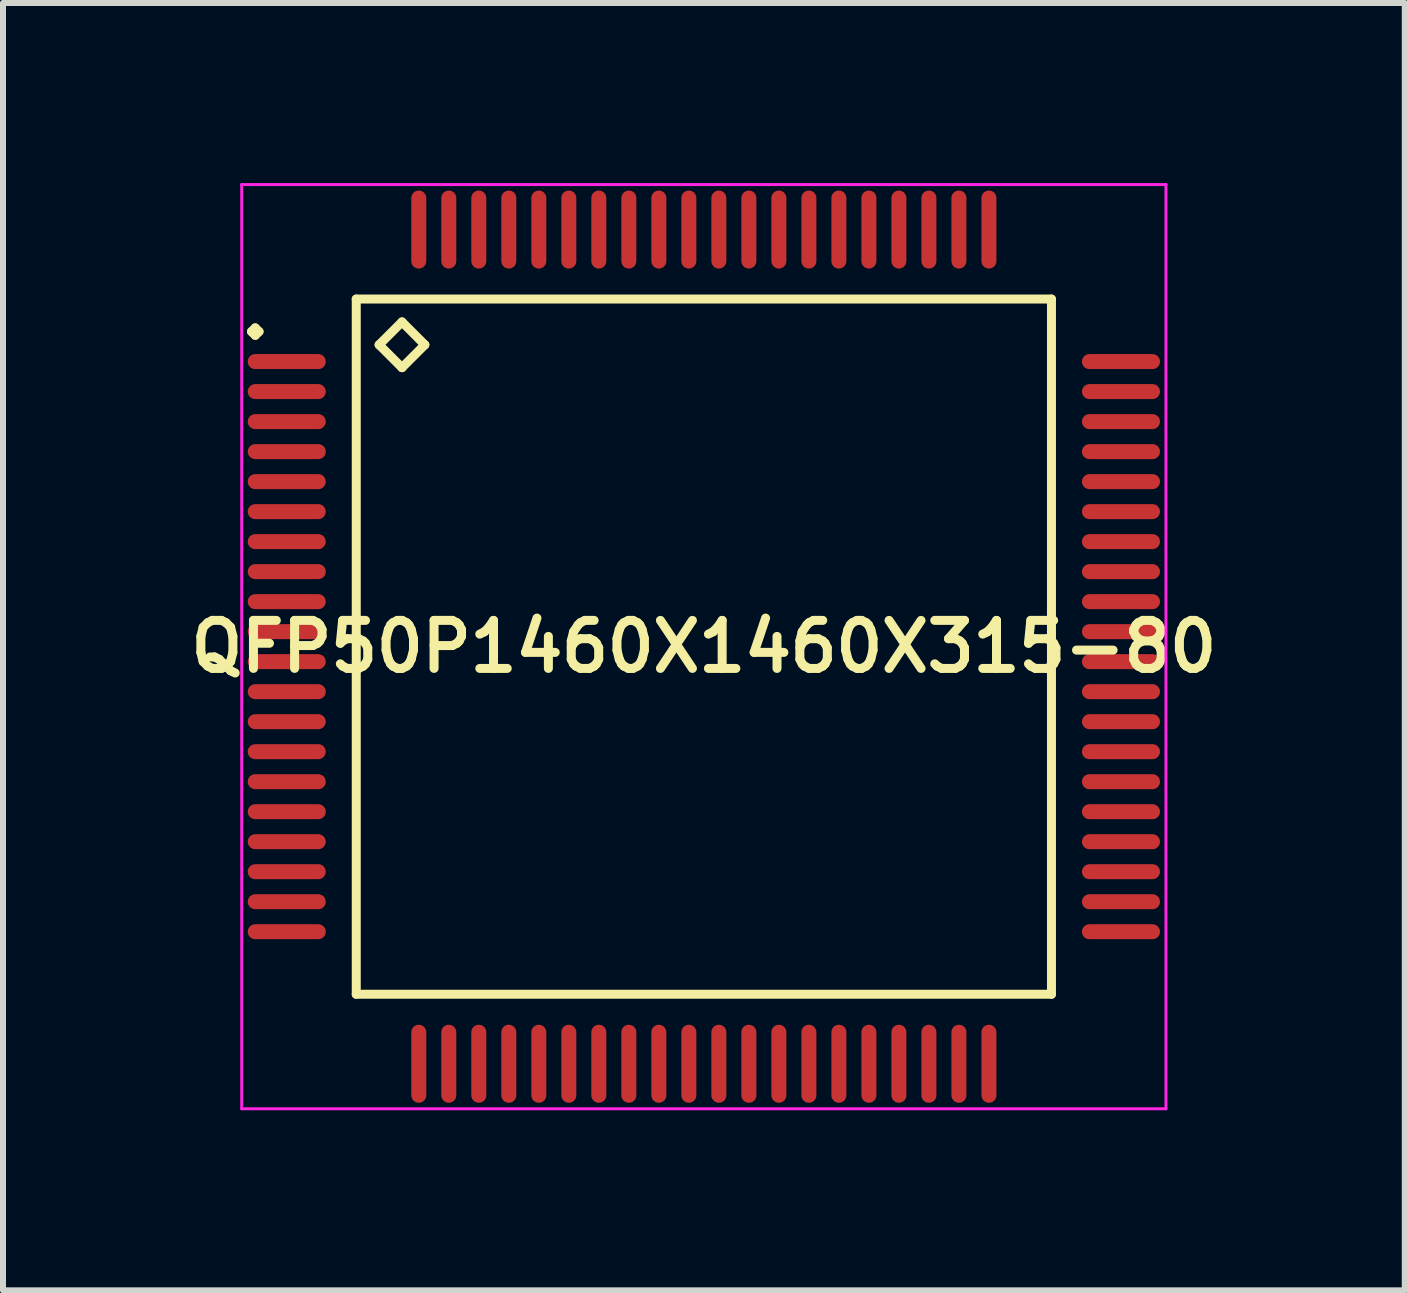
<source format=kicad_pcb>
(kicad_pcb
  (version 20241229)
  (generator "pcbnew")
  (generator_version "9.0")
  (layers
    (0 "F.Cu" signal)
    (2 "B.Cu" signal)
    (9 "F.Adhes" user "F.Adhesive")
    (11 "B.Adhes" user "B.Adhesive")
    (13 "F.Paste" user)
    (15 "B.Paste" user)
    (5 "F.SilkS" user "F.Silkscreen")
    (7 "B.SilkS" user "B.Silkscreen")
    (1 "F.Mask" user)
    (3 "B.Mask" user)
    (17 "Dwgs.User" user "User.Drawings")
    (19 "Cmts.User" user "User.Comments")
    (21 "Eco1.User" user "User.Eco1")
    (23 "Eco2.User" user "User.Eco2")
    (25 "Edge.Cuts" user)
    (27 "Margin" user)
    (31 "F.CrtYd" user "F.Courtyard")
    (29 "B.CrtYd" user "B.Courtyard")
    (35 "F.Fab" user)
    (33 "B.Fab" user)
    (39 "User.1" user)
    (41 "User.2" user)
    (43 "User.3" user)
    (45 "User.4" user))
  (footprint "QFP50P1460X1460X315-80"
    (layer "F.Cu")
    (at 8.678 7.725)
    (property "Reference" "QFP50P1460X1460X315-80" (at 0 0 0) (layer "F.SilkS") (effects (font (size 0.8 0.8) (thickness 0.15))))
    (attr smd)
    (fp_line (start -7.537 -5.25) (end -7.475 -5.312) (stroke (width 0.15) (type solid)) (layer "F.SilkS"))
    (fp_line (start -7.475 -5.312) (end -7.412 -5.25) (stroke (width 0.15) (type solid)) (layer "F.SilkS"))
    (fp_line (start -7.475 -5.188) (end -7.537 -5.25) (stroke (width 0.15) (type solid)) (layer "F.SilkS"))
    (fp_line (start -7.412 -5.25) (end -7.475 -5.188) (stroke (width 0.15) (type solid)) (layer "F.SilkS"))
    (fp_line (start -5.792 -5.792) (end -5.792 5.792) (stroke (width 0.15) (type solid)) (layer "F.SilkS"))
    (fp_line (start -5.792 5.792) (end 5.792 5.792) (stroke (width 0.15) (type solid)) (layer "F.SilkS"))
    (fp_line (start -5.411 -5.03) (end -5.03 -5.411) (stroke (width 0.15) (type solid)) (layer "F.SilkS"))
    (fp_line (start -5.03 -5.411) (end -4.649 -5.03) (stroke (width 0.15) (type solid)) (layer "F.SilkS"))
    (fp_line (start -5.03 -4.649) (end -5.411 -5.03) (stroke (width 0.15) (type solid)) (layer "F.SilkS"))
    (fp_line (start -4.649 -5.03) (end -5.03 -4.649) (stroke (width 0.15) (type solid)) (layer "F.SilkS"))
    (fp_line (start 5.792 -5.792) (end -5.792 -5.792) (stroke (width 0.15) (type solid)) (layer "F.SilkS"))
    (fp_line (start 5.792 5.792) (end 5.792 -5.792) (stroke (width 0.15) (type solid)) (layer "F.SilkS"))
    (fp_line (start -7.7 -7.7) (end 7.7 -7.7) (stroke (width 0.05) (type solid)) (layer "F.CrtYd"))
    (fp_line (start -7.7 7.7) (end -7.7 -7.7) (stroke (width 0.05) (type solid)) (layer "F.CrtYd"))
    (fp_line (start 7.7 -7.7) (end 7.7 7.7) (stroke (width 0.05) (type solid)) (layer "F.CrtYd"))
    (fp_line (start 7.7 7.7) (end -7.7 7.7) (stroke (width 0.05) (type solid)) (layer "F.CrtYd"))
    (pad "1" smd oval (at -6.95 -4.75) (size 1.3 0.25) (layers "F.Cu" "F.Mask" "F.Paste"))
    (pad "2" smd oval (at -6.95 -4.25) (size 1.3 0.25) (layers "F.Cu" "F.Mask" "F.Paste"))
    (pad "3" smd oval (at -6.95 -3.75) (size 1.3 0.25) (layers "F.Cu" "F.Mask" "F.Paste"))
    (pad "4" smd oval (at -6.95 -3.25) (size 1.3 0.25) (layers "F.Cu" "F.Mask" "F.Paste"))
    (pad "5" smd oval (at -6.95 -2.75) (size 1.3 0.25) (layers "F.Cu" "F.Mask" "F.Paste"))
    (pad "6" smd oval (at -6.95 -2.25) (size 1.3 0.25) (layers "F.Cu" "F.Mask" "F.Paste"))
    (pad "7" smd oval (at -6.95 -1.75) (size 1.3 0.25) (layers "F.Cu" "F.Mask" "F.Paste"))
    (pad "8" smd oval (at -6.95 -1.25) (size 1.3 0.25) (layers "F.Cu" "F.Mask" "F.Paste"))
    (pad "9" smd oval (at -6.95 -0.75) (size 1.3 0.25) (layers "F.Cu" "F.Mask" "F.Paste"))
    (pad "10" smd oval (at -6.95 -0.25) (size 1.3 0.25) (layers "F.Cu" "F.Mask" "F.Paste"))
    (pad "11" smd oval (at -6.95 0.25) (size 1.3 0.25) (layers "F.Cu" "F.Mask" "F.Paste"))
    (pad "12" smd oval (at -6.95 0.75) (size 1.3 0.25) (layers "F.Cu" "F.Mask" "F.Paste"))
    (pad "13" smd oval (at -6.95 1.25) (size 1.3 0.25) (layers "F.Cu" "F.Mask" "F.Paste"))
    (pad "14" smd oval (at -6.95 1.75) (size 1.3 0.25) (layers "F.Cu" "F.Mask" "F.Paste"))
    (pad "15" smd oval (at -6.95 2.25) (size 1.3 0.25) (layers "F.Cu" "F.Mask" "F.Paste"))
    (pad "16" smd oval (at -6.95 2.75) (size 1.3 0.25) (layers "F.Cu" "F.Mask" "F.Paste"))
    (pad "17" smd oval (at -6.95 3.25) (size 1.3 0.25) (layers "F.Cu" "F.Mask" "F.Paste"))
    (pad "18" smd oval (at -6.95 3.75) (size 1.3 0.25) (layers "F.Cu" "F.Mask" "F.Paste"))
    (pad "19" smd oval (at -6.95 4.25) (size 1.3 0.25) (layers "F.Cu" "F.Mask" "F.Paste"))
    (pad "20" smd oval (at -6.95 4.75) (size 1.3 0.25) (layers "F.Cu" "F.Mask" "F.Paste"))
    (pad "21" smd oval (at -4.75 6.95) (size 0.25 1.3) (layers "F.Cu" "F.Mask" "F.Paste"))
    (pad "22" smd oval (at -4.25 6.95) (size 0.25 1.3) (layers "F.Cu" "F.Mask" "F.Paste"))
    (pad "23" smd oval (at -3.75 6.95) (size 0.25 1.3) (layers "F.Cu" "F.Mask" "F.Paste"))
    (pad "24" smd oval (at -3.25 6.95) (size 0.25 1.3) (layers "F.Cu" "F.Mask" "F.Paste"))
    (pad "25" smd oval (at -2.75 6.95) (size 0.25 1.3) (layers "F.Cu" "F.Mask" "F.Paste"))
    (pad "26" smd oval (at -2.25 6.95) (size 0.25 1.3) (layers "F.Cu" "F.Mask" "F.Paste"))
    (pad "27" smd oval (at -1.75 6.95) (size 0.25 1.3) (layers "F.Cu" "F.Mask" "F.Paste"))
    (pad "28" smd oval (at -1.25 6.95) (size 0.25 1.3) (layers "F.Cu" "F.Mask" "F.Paste"))
    (pad "29" smd oval (at -0.75 6.95) (size 0.25 1.3) (layers "F.Cu" "F.Mask" "F.Paste"))
    (pad "30" smd oval (at -0.25 6.95) (size 0.25 1.3) (layers "F.Cu" "F.Mask" "F.Paste"))
    (pad "31" smd oval (at 0.25 6.95) (size 0.25 1.3) (layers "F.Cu" "F.Mask" "F.Paste"))
    (pad "32" smd oval (at 0.75 6.95) (size 0.25 1.3) (layers "F.Cu" "F.Mask" "F.Paste"))
    (pad "33" smd oval (at 1.25 6.95) (size 0.25 1.3) (layers "F.Cu" "F.Mask" "F.Paste"))
    (pad "34" smd oval (at 1.75 6.95) (size 0.25 1.3) (layers "F.Cu" "F.Mask" "F.Paste"))
    (pad "35" smd oval (at 2.25 6.95) (size 0.25 1.3) (layers "F.Cu" "F.Mask" "F.Paste"))
    (pad "36" smd oval (at 2.75 6.95) (size 0.25 1.3) (layers "F.Cu" "F.Mask" "F.Paste"))
    (pad "37" smd oval (at 3.25 6.95) (size 0.25 1.3) (layers "F.Cu" "F.Mask" "F.Paste"))
    (pad "38" smd oval (at 3.75 6.95) (size 0.25 1.3) (layers "F.Cu" "F.Mask" "F.Paste"))
    (pad "39" smd oval (at 4.25 6.95) (size 0.25 1.3) (layers "F.Cu" "F.Mask" "F.Paste"))
    (pad "40" smd oval (at 4.75 6.95) (size 0.25 1.3) (layers "F.Cu" "F.Mask" "F.Paste"))
    (pad "41" smd oval (at 6.95 4.75) (size 1.3 0.25) (layers "F.Cu" "F.Mask" "F.Paste"))
    (pad "42" smd oval (at 6.95 4.25) (size 1.3 0.25) (layers "F.Cu" "F.Mask" "F.Paste"))
    (pad "43" smd oval (at 6.95 3.75) (size 1.3 0.25) (layers "F.Cu" "F.Mask" "F.Paste"))
    (pad "44" smd oval (at 6.95 3.25) (size 1.3 0.25) (layers "F.Cu" "F.Mask" "F.Paste"))
    (pad "45" smd oval (at 6.95 2.75) (size 1.3 0.25) (layers "F.Cu" "F.Mask" "F.Paste"))
    (pad "46" smd oval (at 6.95 2.25) (size 1.3 0.25) (layers "F.Cu" "F.Mask" "F.Paste"))
    (pad "47" smd oval (at 6.95 1.75) (size 1.3 0.25) (layers "F.Cu" "F.Mask" "F.Paste"))
    (pad "48" smd oval (at 6.95 1.25) (size 1.3 0.25) (layers "F.Cu" "F.Mask" "F.Paste"))
    (pad "49" smd oval (at 6.95 0.75) (size 1.3 0.25) (layers "F.Cu" "F.Mask" "F.Paste"))
    (pad "50" smd oval (at 6.95 0.25) (size 1.3 0.25) (layers "F.Cu" "F.Mask" "F.Paste"))
    (pad "51" smd oval (at 6.95 -0.25) (size 1.3 0.25) (layers "F.Cu" "F.Mask" "F.Paste"))
    (pad "52" smd oval (at 6.95 -0.75) (size 1.3 0.25) (layers "F.Cu" "F.Mask" "F.Paste"))
    (pad "53" smd oval (at 6.95 -1.25) (size 1.3 0.25) (layers "F.Cu" "F.Mask" "F.Paste"))
    (pad "54" smd oval (at 6.95 -1.75) (size 1.3 0.25) (layers "F.Cu" "F.Mask" "F.Paste"))
    (pad "55" smd oval (at 6.95 -2.25) (size 1.3 0.25) (layers "F.Cu" "F.Mask" "F.Paste"))
    (pad "56" smd oval (at 6.95 -2.75) (size 1.3 0.25) (layers "F.Cu" "F.Mask" "F.Paste"))
    (pad "57" smd oval (at 6.95 -3.25) (size 1.3 0.25) (layers "F.Cu" "F.Mask" "F.Paste"))
    (pad "58" smd oval (at 6.95 -3.75) (size 1.3 0.25) (layers "F.Cu" "F.Mask" "F.Paste"))
    (pad "59" smd oval (at 6.95 -4.25) (size 1.3 0.25) (layers "F.Cu" "F.Mask" "F.Paste"))
    (pad "60" smd oval (at 6.95 -4.75) (size 1.3 0.25) (layers "F.Cu" "F.Mask" "F.Paste"))
    (pad "61" smd oval (at 4.75 -6.95) (size 0.25 1.3) (layers "F.Cu" "F.Mask" "F.Paste"))
    (pad "62" smd oval (at 4.25 -6.95) (size 0.25 1.3) (layers "F.Cu" "F.Mask" "F.Paste"))
    (pad "63" smd oval (at 3.75 -6.95) (size 0.25 1.3) (layers "F.Cu" "F.Mask" "F.Paste"))
    (pad "64" smd oval (at 3.25 -6.95) (size 0.25 1.3) (layers "F.Cu" "F.Mask" "F.Paste"))
    (pad "65" smd oval (at 2.75 -6.95) (size 0.25 1.3) (layers "F.Cu" "F.Mask" "F.Paste"))
    (pad "66" smd oval (at 2.25 -6.95) (size 0.25 1.3) (layers "F.Cu" "F.Mask" "F.Paste"))
    (pad "67" smd oval (at 1.75 -6.95) (size 0.25 1.3) (layers "F.Cu" "F.Mask" "F.Paste"))
    (pad "68" smd oval (at 1.25 -6.95) (size 0.25 1.3) (layers "F.Cu" "F.Mask" "F.Paste"))
    (pad "69" smd oval (at 0.75 -6.95) (size 0.25 1.3) (layers "F.Cu" "F.Mask" "F.Paste"))
    (pad "70" smd oval (at 0.25 -6.95) (size 0.25 1.3) (layers "F.Cu" "F.Mask" "F.Paste"))
    (pad "71" smd oval (at -0.25 -6.95) (size 0.25 1.3) (layers "F.Cu" "F.Mask" "F.Paste"))
    (pad "72" smd oval (at -0.75 -6.95) (size 0.25 1.3) (layers "F.Cu" "F.Mask" "F.Paste"))
    (pad "73" smd oval (at -1.25 -6.95) (size 0.25 1.3) (layers "F.Cu" "F.Mask" "F.Paste"))
    (pad "74" smd oval (at -1.75 -6.95) (size 0.25 1.3) (layers "F.Cu" "F.Mask" "F.Paste"))
    (pad "75" smd oval (at -2.25 -6.95) (size 0.25 1.3) (layers "F.Cu" "F.Mask" "F.Paste"))
    (pad "76" smd oval (at -2.75 -6.95) (size 0.25 1.3) (layers "F.Cu" "F.Mask" "F.Paste"))
    (pad "77" smd oval (at -3.25 -6.95) (size 0.25 1.3) (layers "F.Cu" "F.Mask" "F.Paste"))
    (pad "78" smd oval (at -3.75 -6.95) (size 0.25 1.3) (layers "F.Cu" "F.Mask" "F.Paste"))
    (pad "79" smd oval (at -4.25 -6.95) (size 0.25 1.3) (layers "F.Cu" "F.Mask" "F.Paste"))
    (pad "80" smd oval (at -4.75 -6.95) (size 0.25 1.3) (layers "F.Cu" "F.Mask" "F.Paste")))
  (gr_rect
    (start -3 -3)
    (end 20.357 18.45)
    (stroke (width 0.1) (type default))
    (fill no)
    (layer "Edge.Cuts")))
</source>
